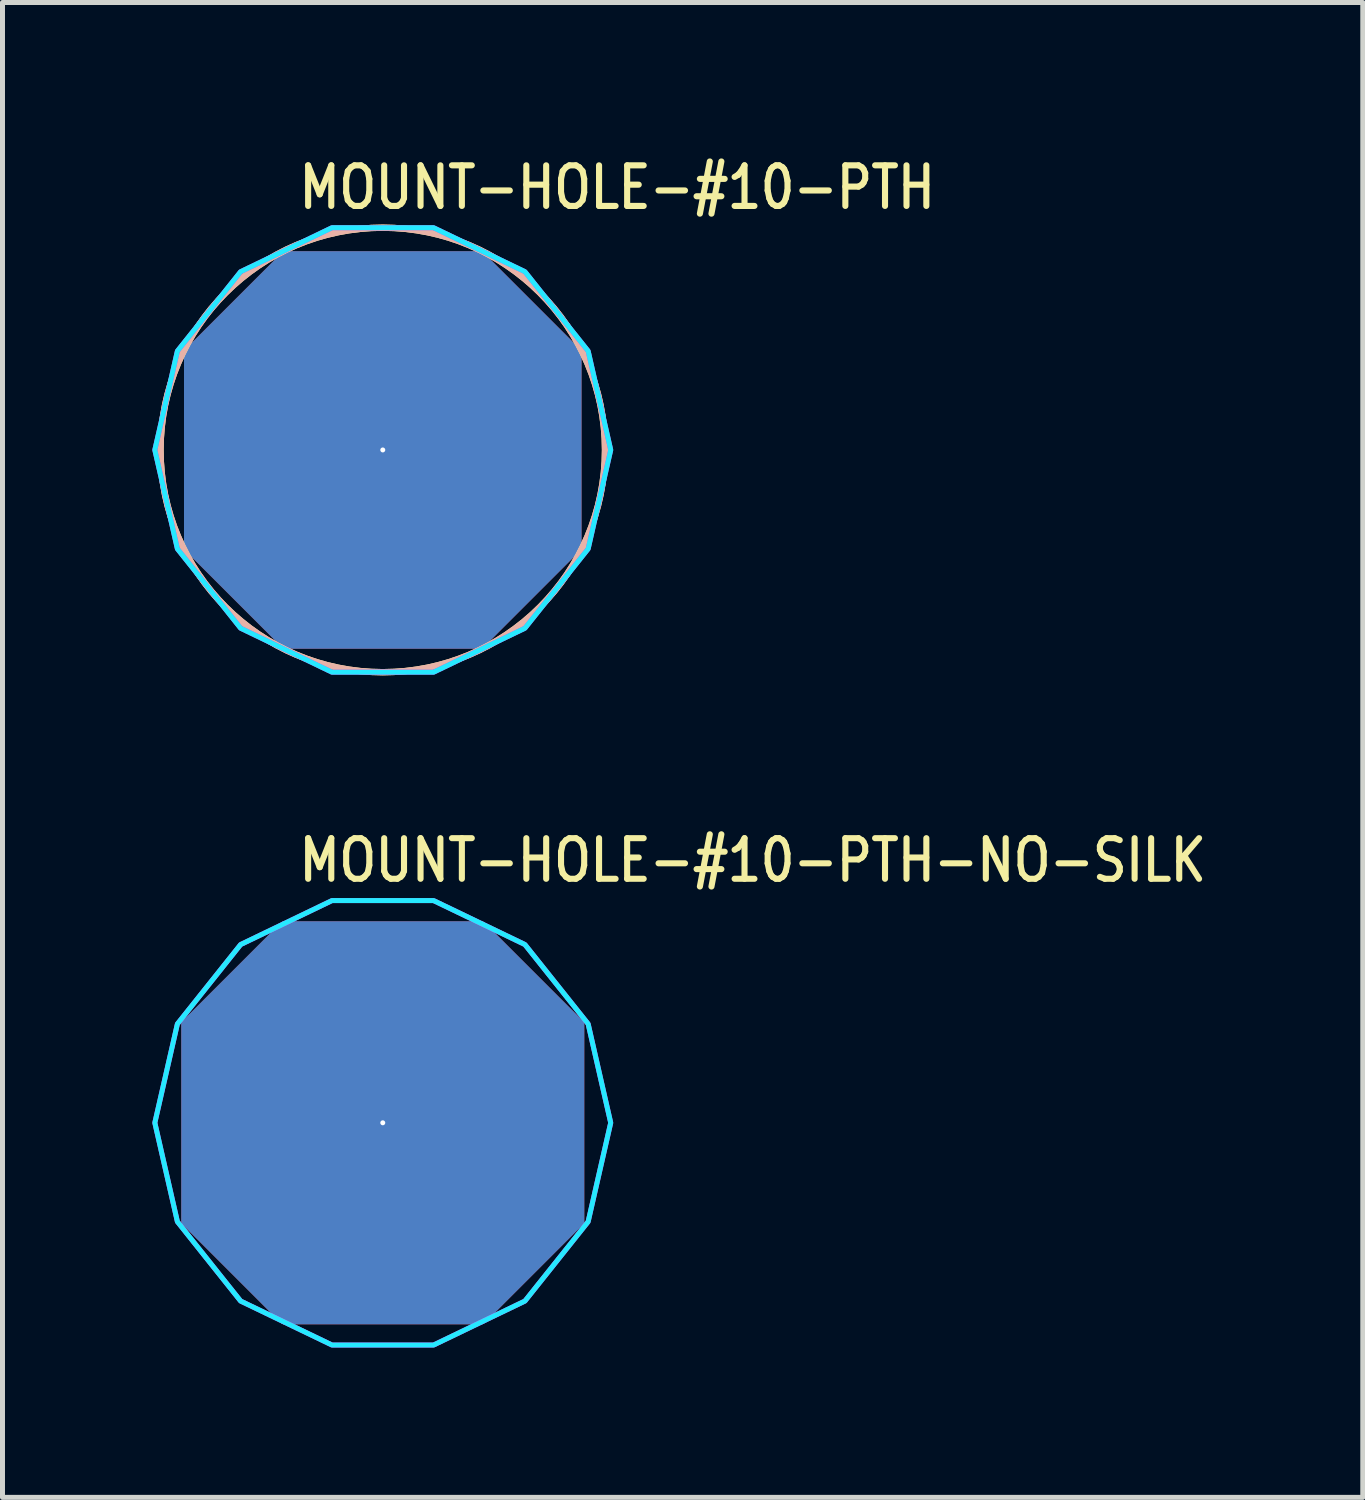
<source format=kicad_pcb>
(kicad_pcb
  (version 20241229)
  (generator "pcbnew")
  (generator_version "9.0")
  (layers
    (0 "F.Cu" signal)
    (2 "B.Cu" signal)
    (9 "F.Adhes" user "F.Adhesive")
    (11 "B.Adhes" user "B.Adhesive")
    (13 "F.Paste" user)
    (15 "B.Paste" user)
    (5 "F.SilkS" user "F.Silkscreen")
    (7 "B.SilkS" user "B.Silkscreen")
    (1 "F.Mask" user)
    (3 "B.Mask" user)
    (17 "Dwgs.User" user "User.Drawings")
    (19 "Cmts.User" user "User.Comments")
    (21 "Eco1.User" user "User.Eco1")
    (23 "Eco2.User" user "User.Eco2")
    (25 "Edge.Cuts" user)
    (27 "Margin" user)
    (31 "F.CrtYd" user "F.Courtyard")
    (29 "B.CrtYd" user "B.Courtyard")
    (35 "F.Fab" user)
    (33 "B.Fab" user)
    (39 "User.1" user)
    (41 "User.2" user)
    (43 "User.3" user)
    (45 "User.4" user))
  (footprint "MOUNT-HOLE-#10-PTH"
    (layer "F.Cu")
    (at 4.614 5.959)
    (property "Reference" "MOUNT-HOLE-#10-PTH" (at -1.74 -4.78 0) (unlocked yes) (layer "F.SilkS") (effects (font (size 0.813 0.695) (thickness 0.122)) (justify left bottom)))
    (fp_circle (center 0 0) (end 4.45 0) (stroke (width 0.127) (type solid)) (fill no) (layer "F.SilkS"))
    (fp_circle (center 0 0) (end 4.45 0) (stroke (width 0.127) (type solid)) (fill no) (layer "B.SilkS"))
    (fp_poly (pts (xy 4.564 0) (xy 4.112 -1.98) (xy 2.846 -3.569) (xy 1.016 -4.45) (xy -1.016 -4.45) (xy -2.846 -3.569) (xy -4.112 -1.98) (xy -4.564 0) (xy -4.112 1.98) (xy -2.846 3.569) (xy -1.016 4.45) (xy 1.016 4.45) (xy 2.846 3.569) (xy 4.112 1.98)) (stroke (width 0.1) (type solid)) (fill no) (layer "B.CrtYd"))
    (fp_poly (pts (xy 4.564 0) (xy 4.112 -1.98) (xy 2.846 -3.569) (xy 1.016 -4.45) (xy -1.016 -4.45) (xy -2.846 -3.569) (xy -4.112 -1.98) (xy -4.564 0) (xy -4.112 1.98) (xy -2.846 3.569) (xy -1.016 4.45) (xy 1.016 4.45) (xy 2.846 3.569) (xy 4.112 1.98)) (stroke (width 0.1) (type solid)) (fill no) (layer "F.CrtYd"))
    (pad "P$1" thru_hole custom (at 0 0) (size 0.1 0.1) (drill 5.105) (layers "*.Cu" "*.Mask") (options (anchor rect)) (primitives (gr_poly (pts (xy 3.975 1.988) (xy 1.988 3.975) (xy -1.988 3.975) (xy -3.975 1.988) (xy -3.975 -1.988) (xy -1.988 -3.975) (xy 1.988 -3.975) (xy 3.975 -1.988)) (width 0.01) (fill yes)))))
  (footprint "MOUNT-HOLE-#10-PTH-NO-SILK"
    (layer "F.Cu")
    (at 4.614 19.431)
    (property "Reference" "MOUNT-HOLE-#10-PTH-NO-SILK" (at -1.74 -4.78 0) (unlocked yes) (layer "F.SilkS") (effects (font (size 0.813 0.695) (thickness 0.122)) (justify left bottom)))
    (fp_poly (pts (xy 4.564 0) (xy 4.112 -1.98) (xy 2.846 -3.569) (xy 1.016 -4.45) (xy -1.016 -4.45) (xy -2.846 -3.569) (xy -4.112 -1.98) (xy -4.564 0) (xy -4.112 1.98) (xy -2.846 3.569) (xy -1.016 4.45) (xy 1.016 4.45) (xy 2.846 3.569) (xy 4.112 1.98)) (stroke (width 0.1) (type solid)) (fill no) (layer "B.CrtYd"))
    (fp_poly (pts (xy 4.564 0) (xy 4.112 -1.98) (xy 2.846 -3.569) (xy 1.016 -4.45) (xy -1.016 -4.45) (xy -2.846 -3.569) (xy -4.112 -1.98) (xy -4.564 0) (xy -4.112 1.98) (xy -2.846 3.569) (xy -1.016 4.45) (xy 1.016 4.45) (xy 2.846 3.569) (xy 4.112 1.98)) (stroke (width 0.1) (type solid)) (fill no) (layer "F.CrtYd"))
    (pad "1" thru_hole custom (at 0 0) (size 0.1 0.1) (drill 5.105) (layers "*.Cu" "*.Mask") (options (anchor rect)) (primitives (gr_poly (pts (xy 3.975 1.988) (xy 1.988 3.975) (xy -1.988 3.975) (xy -3.975 1.988) (xy -3.975 -1.988) (xy -1.988 -3.975) (xy 1.988 -3.975) (xy 3.975 -1.988)) (width 0.12) (fill yes)))))
  (gr_rect
    (start -3 -3)
    (end 24.236 26.931)
    (stroke (width 0.1) (type default))
    (fill no)
    (layer "Edge.Cuts")))
</source>
